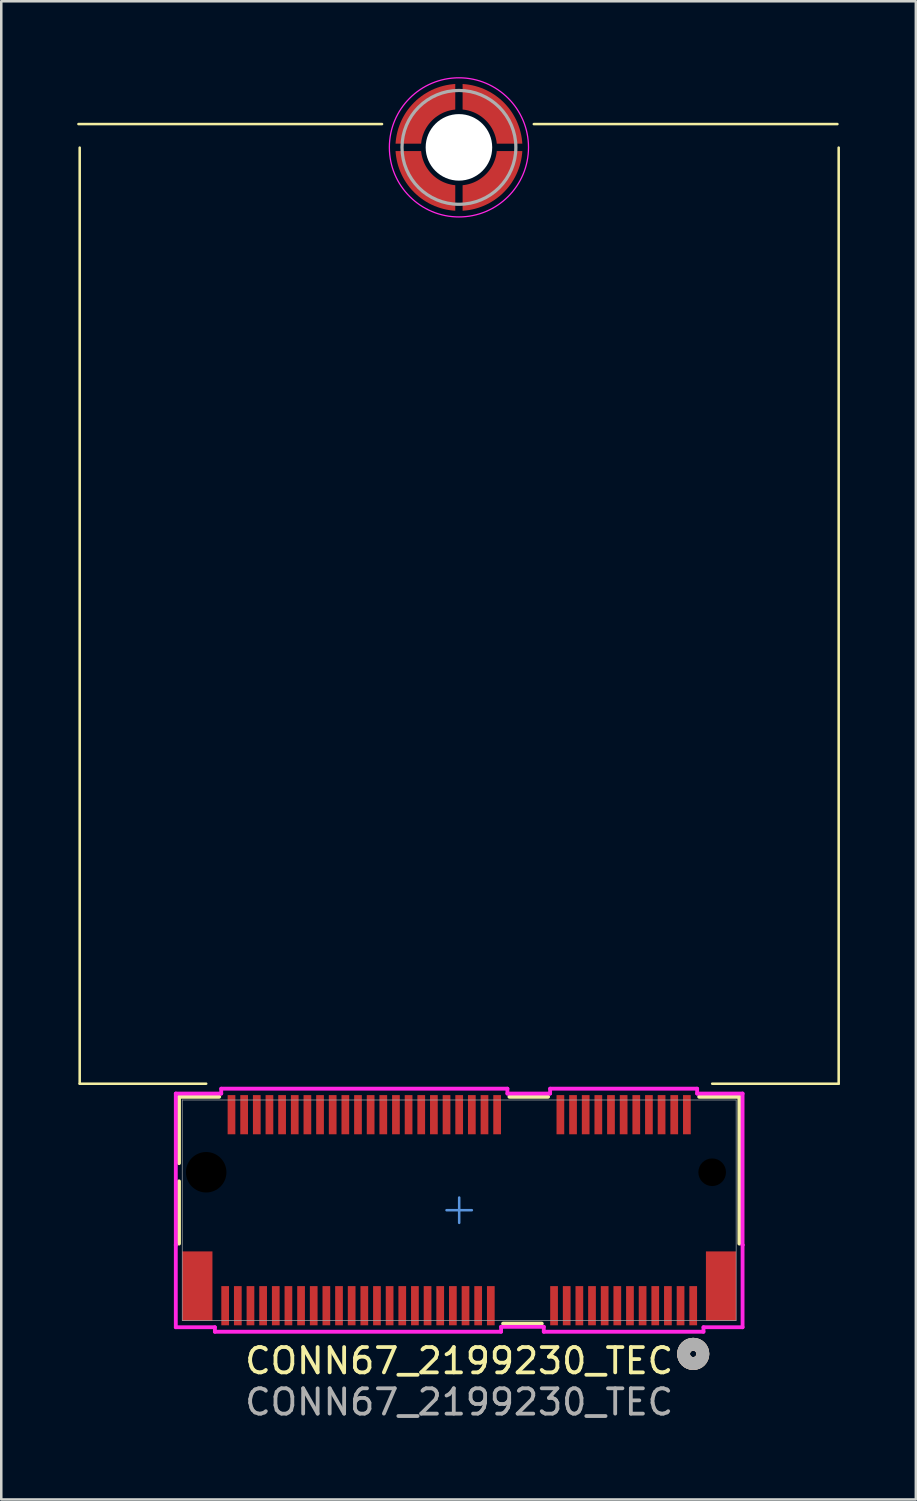
<source format=kicad_pcb>
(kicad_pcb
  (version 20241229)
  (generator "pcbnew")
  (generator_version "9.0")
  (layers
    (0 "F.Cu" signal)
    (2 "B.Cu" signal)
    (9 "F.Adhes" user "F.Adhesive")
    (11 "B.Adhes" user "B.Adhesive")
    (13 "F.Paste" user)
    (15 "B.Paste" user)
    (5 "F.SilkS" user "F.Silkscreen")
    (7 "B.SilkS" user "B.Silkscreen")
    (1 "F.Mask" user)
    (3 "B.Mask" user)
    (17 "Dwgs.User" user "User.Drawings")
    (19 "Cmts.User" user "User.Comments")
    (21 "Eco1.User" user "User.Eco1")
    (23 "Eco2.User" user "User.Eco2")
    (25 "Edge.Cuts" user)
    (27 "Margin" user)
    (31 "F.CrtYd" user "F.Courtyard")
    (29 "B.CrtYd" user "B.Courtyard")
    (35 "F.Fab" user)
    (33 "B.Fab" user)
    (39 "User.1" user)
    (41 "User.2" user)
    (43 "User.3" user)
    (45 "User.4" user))
  (footprint "CONN67_2199230_TEC"
    (layer "F.Cu")
    (at 15.1 44.785)
    (property "Reference" "CONN67_2199230_TEC" (at 0 5.955 0) (unlocked yes) (layer "F.SilkS") (effects (font (size 1 1) (thickness 0.15))))
    (attr smd)
    (fp_poly (pts (xy -1.41 -42.06) (xy -2.61 -42.06) (xy -2.604 -42.182) (xy -2.592 -42.315) (xy -2.573 -42.447) (xy -2.546 -42.578) (xy -2.514 -42.707) (xy -2.474 -42.835) (xy -2.429 -42.96) (xy -2.376 -43.083) (xy -2.318 -43.203) (xy -2.254 -43.32) (xy -2.183 -43.433) (xy -2.107 -43.543) (xy -2.026 -43.649) (xy -1.939 -43.75) (xy -1.847 -43.847) (xy -1.75 -43.939) (xy -1.649 -44.026) (xy -1.543 -44.107) (xy -1.433 -44.183) (xy -1.32 -44.254) (xy -1.203 -44.318) (xy -1.083 -44.376) (xy -0.96 -44.429) (xy -0.835 -44.474) (xy -0.707 -44.514) (xy -0.578 -44.546) (xy -0.447 -44.573) (xy -0.315 -44.592) (xy -0.182 -44.604) (xy -0.06 -44.61) (xy -0.06 -43.41) (xy -0.124 -43.406) (xy -0.194 -43.398) (xy -0.263 -43.387) (xy -0.332 -43.372) (xy -0.4 -43.354) (xy -0.467 -43.333) (xy -0.533 -43.308) (xy -0.598 -43.28) (xy -0.661 -43.249) (xy -0.722 -43.214) (xy -0.782 -43.177) (xy -0.839 -43.137) (xy -0.895 -43.094) (xy -0.948 -43.048) (xy -0.999 -42.999) (xy -1.048 -42.948) (xy -1.094 -42.895) (xy -1.137 -42.839) (xy -1.177 -42.782) (xy -1.214 -42.722) (xy -1.249 -42.661) (xy -1.28 -42.598) (xy -1.308 -42.533) (xy -1.333 -42.467) (xy -1.354 -42.4) (xy -1.372 -42.332) (xy -1.387 -42.263) (xy -1.398 -42.194) (xy -1.406 -42.124) (xy -1.41 -42.06)) (stroke (width 0.01) (type solid)) (fill yes) (layer "F.Mask"))
    (fp_poly (pts (xy -0.06 -40.61) (xy -0.06 -39.41) (xy -0.182 -39.416) (xy -0.315 -39.428) (xy -0.447 -39.447) (xy -0.578 -39.474) (xy -0.707 -39.506) (xy -0.835 -39.546) (xy -0.96 -39.591) (xy -1.083 -39.644) (xy -1.203 -39.702) (xy -1.32 -39.766) (xy -1.433 -39.837) (xy -1.543 -39.913) (xy -1.649 -39.994) (xy -1.75 -40.081) (xy -1.847 -40.173) (xy -1.939 -40.27) (xy -2.026 -40.371) (xy -2.107 -40.477) (xy -2.183 -40.587) (xy -2.254 -40.7) (xy -2.318 -40.817) (xy -2.376 -40.937) (xy -2.429 -41.06) (xy -2.474 -41.185) (xy -2.514 -41.313) (xy -2.546 -41.442) (xy -2.573 -41.573) (xy -2.592 -41.705) (xy -2.604 -41.838) (xy -2.61 -41.96) (xy -1.41 -41.96) (xy -1.406 -41.896) (xy -1.398 -41.826) (xy -1.387 -41.757) (xy -1.372 -41.688) (xy -1.354 -41.62) (xy -1.333 -41.553) (xy -1.308 -41.487) (xy -1.28 -41.422) (xy -1.249 -41.359) (xy -1.214 -41.298) (xy -1.177 -41.238) (xy -1.137 -41.181) (xy -1.094 -41.125) (xy -1.048 -41.072) (xy -0.999 -41.021) (xy -0.948 -40.972) (xy -0.895 -40.926) (xy -0.839 -40.883) (xy -0.782 -40.843) (xy -0.722 -40.806) (xy -0.661 -40.771) (xy -0.598 -40.74) (xy -0.533 -40.712) (xy -0.467 -40.687) (xy -0.4 -40.666) (xy -0.332 -40.648) (xy -0.263 -40.633) (xy -0.194 -40.622) (xy -0.124 -40.614) (xy -0.06 -40.61)) (stroke (width 0.01) (type solid)) (fill yes) (layer "F.Mask"))
    (fp_poly (pts (xy 0.04 -43.41) (xy 0.04 -44.61) (xy 0.162 -44.604) (xy 0.295 -44.592) (xy 0.427 -44.573) (xy 0.558 -44.546) (xy 0.687 -44.514) (xy 0.815 -44.474) (xy 0.94 -44.429) (xy 1.063 -44.376) (xy 1.183 -44.318) (xy 1.3 -44.254) (xy 1.413 -44.183) (xy 1.523 -44.107) (xy 1.629 -44.026) (xy 1.73 -43.939) (xy 1.827 -43.847) (xy 1.919 -43.75) (xy 2.006 -43.649) (xy 2.087 -43.543) (xy 2.163 -43.433) (xy 2.234 -43.32) (xy 2.298 -43.203) (xy 2.356 -43.083) (xy 2.409 -42.96) (xy 2.454 -42.835) (xy 2.494 -42.707) (xy 2.526 -42.578) (xy 2.553 -42.447) (xy 2.572 -42.315) (xy 2.584 -42.182) (xy 2.59 -42.06) (xy 1.39 -42.06) (xy 1.386 -42.124) (xy 1.378 -42.194) (xy 1.367 -42.263) (xy 1.352 -42.332) (xy 1.334 -42.4) (xy 1.313 -42.467) (xy 1.288 -42.533) (xy 1.26 -42.598) (xy 1.229 -42.661) (xy 1.194 -42.722) (xy 1.157 -42.782) (xy 1.117 -42.839) (xy 1.074 -42.895) (xy 1.028 -42.948) (xy 0.979 -42.999) (xy 0.928 -43.048) (xy 0.875 -43.094) (xy 0.819 -43.137) (xy 0.762 -43.177) (xy 0.702 -43.214) (xy 0.641 -43.249) (xy 0.578 -43.28) (xy 0.513 -43.308) (xy 0.447 -43.333) (xy 0.38 -43.354) (xy 0.312 -43.372) (xy 0.243 -43.387) (xy 0.174 -43.398) (xy 0.104 -43.406) (xy 0.04 -43.41)) (stroke (width 0.01) (type solid)) (fill yes) (layer "F.Mask"))
    (fp_poly (pts (xy 1.39 -41.96) (xy 2.59 -41.96) (xy 2.584 -41.838) (xy 2.572 -41.705) (xy 2.553 -41.573) (xy 2.526 -41.442) (xy 2.494 -41.313) (xy 2.454 -41.185) (xy 2.409 -41.06) (xy 2.356 -40.937) (xy 2.298 -40.817) (xy 2.234 -40.7) (xy 2.163 -40.587) (xy 2.087 -40.477) (xy 2.006 -40.371) (xy 1.919 -40.27) (xy 1.827 -40.173) (xy 1.73 -40.081) (xy 1.629 -39.994) (xy 1.523 -39.913) (xy 1.413 -39.837) (xy 1.3 -39.766) (xy 1.183 -39.702) (xy 1.063 -39.644) (xy 0.94 -39.591) (xy 0.815 -39.546) (xy 0.687 -39.506) (xy 0.558 -39.474) (xy 0.427 -39.447) (xy 0.295 -39.428) (xy 0.162 -39.416) (xy 0.04 -39.41) (xy 0.04 -40.61) (xy 0.104 -40.614) (xy 0.174 -40.622) (xy 0.243 -40.633) (xy 0.312 -40.648) (xy 0.38 -40.666) (xy 0.447 -40.687) (xy 0.513 -40.712) (xy 0.578 -40.74) (xy 0.641 -40.771) (xy 0.702 -40.806) (xy 0.762 -40.843) (xy 0.819 -40.883) (xy 0.875 -40.926) (xy 0.928 -40.972) (xy 0.979 -41.021) (xy 1.028 -41.072) (xy 1.074 -41.125) (xy 1.117 -41.181) (xy 1.157 -41.238) (xy 1.194 -41.298) (xy 1.229 -41.359) (xy 1.26 -41.422) (xy 1.288 -41.487) (xy 1.313 -41.553) (xy 1.334 -41.62) (xy 1.352 -41.688) (xy 1.367 -41.757) (xy 1.378 -41.826) (xy 1.386 -41.896) (xy 1.39 -41.96)) (stroke (width 0.01) (type solid)) (fill yes) (layer "F.Mask"))
    (fp_line (start -15.05 -42.931) (end -3.05 -42.931) (stroke (width 0.1) (type default)) (layer "F.SilkS"))
    (fp_line (start -15 -5) (end -15 -42) (stroke (width 0.1) (type default)) (layer "F.SilkS"))
    (fp_line (start -11.074 -4.483) (end -11.074 -1.859) (stroke (width 0.152) (type solid)) (layer "F.SilkS"))
    (fp_line (start -11.074 -1.141) (end -11.074 1.321) (stroke (width 0.152) (type solid)) (layer "F.SilkS"))
    (fp_line (start -10 -5) (end -15 -5) (stroke (width 0.1) (type default)) (layer "F.SilkS"))
    (fp_line (start -9.485 -4.483) (end -11.074 -4.483) (stroke (width 0.152) (type solid)) (layer "F.SilkS"))
    (fp_line (start 1.735 4.483) (end 3.265 4.483) (stroke (width 0.152) (type solid)) (layer "F.SilkS"))
    (fp_line (start 2.95 -42.93) (end 14.95 -42.93) (stroke (width 0.1) (type default)) (layer "F.SilkS"))
    (fp_line (start 3.515 -4.483) (end 1.985 -4.483) (stroke (width 0.152) (type solid)) (layer "F.SilkS"))
    (fp_line (start 10 -5) (end 15 -5) (stroke (width 0.1) (type default)) (layer "F.SilkS"))
    (fp_line (start 11.074 -4.483) (end 9.485 -4.483) (stroke (width 0.152) (type solid)) (layer "F.SilkS"))
    (fp_line (start 11.074 1.321) (end 11.074 -4.483) (stroke (width 0.152) (type solid)) (layer "F.SilkS"))
    (fp_line (start 15 -5) (end 15 -42) (stroke (width 0.1) (type default)) (layer "F.SilkS"))
    (fp_circle (center 9.25 5.68) (end 8.869 5.68) (stroke (width 0.508) (type solid)) (fill no) (layer "F.SilkS"))
    (fp_circle (center 9.25 5.68) (end 8.869 5.68) (stroke (width 0.508) (type solid)) (fill no) (layer "B.SilkS"))
    (fp_poly (pts (xy -1.51 -42.16) (xy -2.51 -42.16) (xy -2.502 -42.26) (xy -2.486 -42.382) (xy -2.465 -42.503) (xy -2.438 -42.622) (xy -2.405 -42.74) (xy -2.366 -42.856) (xy -2.322 -42.971) (xy -2.272 -43.083) (xy -2.217 -43.192) (xy -2.156 -43.299) (xy -2.091 -43.402) (xy -2.02 -43.502) (xy -1.945 -43.599) (xy -1.865 -43.691) (xy -1.78 -43.78) (xy -1.691 -43.865) (xy -1.599 -43.945) (xy -1.502 -44.02) (xy -1.402 -44.091) (xy -1.299 -44.156) (xy -1.192 -44.217) (xy -1.083 -44.272) (xy -0.971 -44.322) (xy -0.856 -44.366) (xy -0.74 -44.405) (xy -0.622 -44.438) (xy -0.503 -44.465) (xy -0.382 -44.486) (xy -0.26 -44.502) (xy -0.16 -44.51) (xy -0.16 -43.51) (xy -0.216 -43.503) (xy -0.285 -43.493) (xy -0.354 -43.478) (xy -0.421 -43.461) (xy -0.488 -43.441) (xy -0.554 -43.417) (xy -0.619 -43.391) (xy -0.682 -43.361) (xy -0.744 -43.329) (xy -0.804 -43.293) (xy -0.863 -43.255) (xy -0.919 -43.215) (xy -0.974 -43.171) (xy -1.027 -43.126) (xy -1.077 -43.077) (xy -1.126 -43.027) (xy -1.171 -42.974) (xy -1.215 -42.919) (xy -1.255 -42.863) (xy -1.293 -42.804) (xy -1.329 -42.744) (xy -1.361 -42.682) (xy -1.391 -42.619) (xy -1.417 -42.554) (xy -1.441 -42.488) (xy -1.461 -42.421) (xy -1.478 -42.354) (xy -1.493 -42.285) (xy -1.503 -42.216) (xy -1.51 -42.16)) (stroke (width 0.01) (type solid)) (fill yes) (layer "F.Paste"))
    (fp_poly (pts (xy -0.16 -40.51) (xy -0.16 -39.51) (xy -0.26 -39.518) (xy -0.382 -39.534) (xy -0.503 -39.555) (xy -0.622 -39.582) (xy -0.74 -39.615) (xy -0.856 -39.654) (xy -0.971 -39.698) (xy -1.083 -39.748) (xy -1.192 -39.803) (xy -1.299 -39.864) (xy -1.402 -39.929) (xy -1.502 -40) (xy -1.599 -40.075) (xy -1.691 -40.155) (xy -1.78 -40.24) (xy -1.865 -40.329) (xy -1.945 -40.421) (xy -2.02 -40.518) (xy -2.091 -40.618) (xy -2.156 -40.721) (xy -2.217 -40.828) (xy -2.272 -40.937) (xy -2.322 -41.049) (xy -2.366 -41.164) (xy -2.405 -41.28) (xy -2.438 -41.398) (xy -2.465 -41.517) (xy -2.486 -41.638) (xy -2.502 -41.76) (xy -2.51 -41.86) (xy -1.51 -41.86) (xy -1.503 -41.804) (xy -1.493 -41.735) (xy -1.478 -41.666) (xy -1.461 -41.599) (xy -1.441 -41.532) (xy -1.417 -41.466) (xy -1.391 -41.401) (xy -1.361 -41.338) (xy -1.329 -41.276) (xy -1.293 -41.216) (xy -1.255 -41.157) (xy -1.215 -41.101) (xy -1.171 -41.046) (xy -1.126 -40.993) (xy -1.077 -40.943) (xy -1.027 -40.894) (xy -0.974 -40.849) (xy -0.919 -40.805) (xy -0.863 -40.765) (xy -0.804 -40.727) (xy -0.744 -40.691) (xy -0.682 -40.659) (xy -0.619 -40.629) (xy -0.554 -40.603) (xy -0.488 -40.579) (xy -0.421 -40.559) (xy -0.354 -40.542) (xy -0.285 -40.527) (xy -0.216 -40.517) (xy -0.16 -40.51)) (stroke (width 0.01) (type solid)) (fill yes) (layer "F.Paste"))
    (fp_poly (pts (xy 0.14 -43.51) (xy 0.14 -44.51) (xy 0.282 -44.497) (xy 0.402 -44.48) (xy 0.521 -44.457) (xy 0.639 -44.428) (xy 0.755 -44.394) (xy 0.869 -44.354) (xy 0.982 -44.309) (xy 1.091 -44.258) (xy 1.199 -44.202) (xy 1.303 -44.141) (xy 1.405 -44.075) (xy 1.503 -44.004) (xy 1.598 -43.929) (xy 1.689 -43.849) (xy 1.776 -43.765) (xy 1.858 -43.676) (xy 1.937 -43.584) (xy 2.011 -43.488) (xy 2.08 -43.389) (xy 2.144 -43.286) (xy 2.203 -43.18) (xy 2.257 -43.072) (xy 2.306 -42.961) (xy 2.349 -42.848) (xy 2.387 -42.733) (xy 2.419 -42.616) (xy 2.446 -42.498) (xy 2.467 -42.379) (xy 2.482 -42.259) (xy 2.49 -42.16) (xy 1.49 -42.16) (xy 1.484 -42.216) (xy 1.473 -42.284) (xy 1.459 -42.351) (xy 1.442 -42.418) (xy 1.422 -42.484) (xy 1.399 -42.549) (xy 1.373 -42.613) (xy 1.344 -42.676) (xy 1.313 -42.737) (xy 1.278 -42.797) (xy 1.241 -42.855) (xy 1.201 -42.911) (xy 1.159 -42.965) (xy 1.114 -43.018) (xy 1.067 -43.068) (xy 1.017 -43.116) (xy 0.965 -43.162) (xy 0.912 -43.205) (xy 0.856 -43.246) (xy 0.799 -43.284) (xy 0.74 -43.32) (xy 0.679 -43.353) (xy 0.617 -43.383) (xy 0.553 -43.41) (xy 0.489 -43.434) (xy 0.423 -43.455) (xy 0.357 -43.473) (xy 0.289 -43.488) (xy 0.221 -43.5) (xy 0.14 -43.51)) (stroke (width 0.01) (type solid)) (fill yes) (layer "F.Paste"))
    (fp_poly (pts (xy 1.49 -41.86) (xy 2.49 -41.86) (xy 2.482 -41.761) (xy 2.467 -41.641) (xy 2.446 -41.522) (xy 2.419 -41.404) (xy 2.387 -41.287) (xy 2.349 -41.172) (xy 2.306 -41.059) (xy 2.257 -40.948) (xy 2.203 -40.84) (xy 2.144 -40.734) (xy 2.08 -40.631) (xy 2.011 -40.532) (xy 1.937 -40.436) (xy 1.858 -40.344) (xy 1.776 -40.255) (xy 1.689 -40.171) (xy 1.598 -40.091) (xy 1.503 -40.016) (xy 1.405 -39.945) (xy 1.303 -39.879) (xy 1.199 -39.818) (xy 1.091 -39.762) (xy 0.982 -39.711) (xy 0.869 -39.666) (xy 0.755 -39.626) (xy 0.639 -39.592) (xy 0.521 -39.563) (xy 0.402 -39.54) (xy 0.282 -39.523) (xy 0.14 -39.51) (xy 0.14 -40.51) (xy 0.221 -40.52) (xy 0.289 -40.532) (xy 0.357 -40.547) (xy 0.423 -40.565) (xy 0.489 -40.586) (xy 0.553 -40.61) (xy 0.617 -40.637) (xy 0.679 -40.667) (xy 0.74 -40.7) (xy 0.799 -40.736) (xy 0.856 -40.774) (xy 0.912 -40.815) (xy 0.965 -40.858) (xy 1.017 -40.904) (xy 1.067 -40.952) (xy 1.114 -41.002) (xy 1.159 -41.055) (xy 1.201 -41.109) (xy 1.241 -41.165) (xy 1.278 -41.223) (xy 1.313 -41.283) (xy 1.344 -41.344) (xy 1.373 -41.407) (xy 1.399 -41.471) (xy 1.422 -41.536) (xy 1.442 -41.602) (xy 1.459 -41.669) (xy 1.473 -41.736) (xy 1.484 -41.804) (xy 1.49 -41.86)) (stroke (width 0.01) (type solid)) (fill yes) (layer "F.Paste"))
    (fp_line (start 0 0) (end -0.5 0) (stroke (width 0.1) (type default)) (layer "Cmts.User"))
    (fp_line (start 0 0) (end 0 -0.5) (stroke (width 0.1) (type default)) (layer "Cmts.User"))
    (fp_line (start 0 0) (end 0 0.5) (stroke (width 0.1) (type default)) (layer "Cmts.User"))
    (fp_line (start 0 0) (end 0.5 0) (stroke (width 0.1) (type default)) (layer "Cmts.User"))
    (fp_line (start -11.201 -4.61) (end -11.201 1.375) (stroke (width 0.152) (type solid)) (layer "F.CrtYd"))
    (fp_line (start -11.201 1.375) (end -11.201 1.375) (stroke (width 0.152) (type solid)) (layer "F.CrtYd"))
    (fp_line (start -11.201 1.375) (end -11.201 4.626) (stroke (width 0.152) (type solid)) (layer "F.CrtYd"))
    (fp_line (start -11.201 4.626) (end -9.656 4.626) (stroke (width 0.152) (type solid)) (layer "F.CrtYd"))
    (fp_line (start -9.656 4.626) (end -9.656 4.804) (stroke (width 0.152) (type solid)) (layer "F.CrtYd"))
    (fp_line (start -9.656 4.804) (end 1.656 4.804) (stroke (width 0.152) (type solid)) (layer "F.CrtYd"))
    (fp_line (start -9.406 -4.803) (end -9.406 -4.61) (stroke (width 0.152) (type solid)) (layer "F.CrtYd"))
    (fp_line (start -9.406 -4.61) (end -11.201 -4.61) (stroke (width 0.152) (type solid)) (layer "F.CrtYd"))
    (fp_line (start 1.656 4.61) (end 3.344 4.61) (stroke (width 0.152) (type solid)) (layer "F.CrtYd"))
    (fp_line (start 1.656 4.804) (end 1.656 4.61) (stroke (width 0.152) (type solid)) (layer "F.CrtYd"))
    (fp_line (start 1.906 -4.803) (end -9.406 -4.803) (stroke (width 0.152) (type solid)) (layer "F.CrtYd"))
    (fp_line (start 1.906 -4.61) (end 1.906 -4.803) (stroke (width 0.152) (type solid)) (layer "F.CrtYd"))
    (fp_line (start 3.344 4.61) (end 3.344 4.804) (stroke (width 0.152) (type solid)) (layer "F.CrtYd"))
    (fp_line (start 3.344 4.804) (end 9.656 4.804) (stroke (width 0.152) (type solid)) (layer "F.CrtYd"))
    (fp_line (start 3.594 -4.803) (end 3.594 -4.61) (stroke (width 0.152) (type solid)) (layer "F.CrtYd"))
    (fp_line (start 3.594 -4.61) (end 1.906 -4.61) (stroke (width 0.152) (type solid)) (layer "F.CrtYd"))
    (fp_line (start 9.406 -4.803) (end 3.594 -4.803) (stroke (width 0.152) (type solid)) (layer "F.CrtYd"))
    (fp_line (start 9.406 -4.61) (end 9.406 -4.803) (stroke (width 0.152) (type solid)) (layer "F.CrtYd"))
    (fp_line (start 9.656 4.626) (end 11.201 4.626) (stroke (width 0.152) (type solid)) (layer "F.CrtYd"))
    (fp_line (start 9.656 4.804) (end 9.656 4.626) (stroke (width 0.152) (type solid)) (layer "F.CrtYd"))
    (fp_line (start 11.201 1.375) (end 11.201 1.375) (stroke (width 0.152) (type solid)) (layer "F.CrtYd"))
    (fp_line (start 11.201 4.626) (end 11.201 1.375) (stroke (width 0.152) (type solid)) (layer "F.CrtYd"))
    (fp_line (start 11.201 -4.61) (end 9.406 -4.61) (stroke (width 0.152) (type solid)) (layer "F.CrtYd"))
    (fp_line (start 11.201 1.375) (end 11.201 -4.61) (stroke (width 0.152) (type solid)) (layer "F.CrtYd"))
    (fp_circle (center -0.01 -42.01) (end -2.76 -42.01) (stroke (width 0.05) (type solid)) (fill no) (layer "F.CrtYd"))
    (fp_line (start -10.947 -4.356) (end -10.947 4.356) (stroke (width 0.025) (type solid)) (layer "F.Fab"))
    (fp_line (start -10.947 4.356) (end 10.947 4.356) (stroke (width 0.025) (type solid)) (layer "F.Fab"))
    (fp_line (start 10.947 -4.356) (end -10.947 -4.356) (stroke (width 0.025) (type solid)) (layer "F.Fab"))
    (fp_line (start 10.947 4.356) (end 10.947 -4.356) (stroke (width 0.025) (type solid)) (layer "F.Fab"))
    (fp_circle (center -0.01 -42.01) (end -2.26 -42.01) (stroke (width 0.127) (type solid)) (fill no) (layer "F.Fab"))
    (fp_circle (center 9.25 5.68) (end 8.869 5.68) (stroke (width 0.508) (type solid)) (fill no) (layer "F.Fab"))
    (fp_text user "${REFERENCE}" (at 0 7.585 0) (unlocked yes) (layer "F.Fab") (effects (font (size 1 1) (thickness 0.15))))
    (pad "" np_thru_hole circle (at -10 -1.5 180) (size 1.6 1.6) (drill 1.6) (layers))
    (pad "" np_thru_hole circle (at -0.01 -42.01) (size 2.63 2.63) (drill 2.63) (layers "*.Cu" "*.Mask"))
    (pad "" np_thru_hole circle (at 10 -1.5 180) (size 1.092 1.092) (drill 1.092) (layers))
    (pad "1" smd rect (at 9.25 3.775 180) (size 0.305 1.549) (layers "F.Cu" "F.Mask" "F.Paste"))
    (pad "2" smd rect (at 9 -3.775 180) (size 0.305 1.549) (layers "F.Cu" "F.Mask" "F.Paste"))
    (pad "3" smd rect (at 8.75 3.775 180) (size 0.305 1.549) (layers "F.Cu" "F.Mask" "F.Paste"))
    (pad "4" smd rect (at 8.5 -3.775 180) (size 0.305 1.549) (layers "F.Cu" "F.Mask" "F.Paste"))
    (pad "5" smd rect (at 8.25 3.775 180) (size 0.305 1.549) (layers "F.Cu" "F.Mask" "F.Paste"))
    (pad "6" smd rect (at 8 -3.775 180) (size 0.305 1.549) (layers "F.Cu" "F.Mask" "F.Paste"))
    (pad "7" smd rect (at 7.75 3.775 180) (size 0.305 1.549) (layers "F.Cu" "F.Mask" "F.Paste"))
    (pad "8" smd rect (at 7.5 -3.775 180) (size 0.305 1.549) (layers "F.Cu" "F.Mask" "F.Paste"))
    (pad "9" smd rect (at 7.25 3.775 180) (size 0.305 1.549) (layers "F.Cu" "F.Mask" "F.Paste"))
    (pad "10" smd rect (at 7 -3.775 180) (size 0.305 1.549) (layers "F.Cu" "F.Mask" "F.Paste"))
    (pad "11" smd rect (at 6.75 3.775 180) (size 0.305 1.549) (layers "F.Cu" "F.Mask" "F.Paste"))
    (pad "12" smd rect (at 6.5 -3.775 180) (size 0.305 1.549) (layers "F.Cu" "F.Mask" "F.Paste"))
    (pad "13" smd rect (at 6.25 3.775 180) (size 0.305 1.549) (layers "F.Cu" "F.Mask" "F.Paste"))
    (pad "14" smd rect (at 6 -3.775 180) (size 0.305 1.549) (layers "F.Cu" "F.Mask" "F.Paste"))
    (pad "15" smd rect (at 5.75 3.775 180) (size 0.305 1.549) (layers "F.Cu" "F.Mask" "F.Paste"))
    (pad "16" smd rect (at 5.5 -3.775 180) (size 0.305 1.549) (layers "F.Cu" "F.Mask" "F.Paste"))
    (pad "17" smd rect (at 5.25 3.775 180) (size 0.305 1.549) (layers "F.Cu" "F.Mask" "F.Paste"))
    (pad "18" smd rect (at 5 -3.775 180) (size 0.305 1.549) (layers "F.Cu" "F.Mask" "F.Paste"))
    (pad "19" smd rect (at 4.75 3.775 180) (size 0.305 1.549) (layers "F.Cu" "F.Mask" "F.Paste"))
    (pad "20" smd rect (at 4.5 -3.775 180) (size 0.305 1.549) (layers "F.Cu" "F.Mask" "F.Paste"))
    (pad "21" smd rect (at 4.25 3.775 180) (size 0.305 1.549) (layers "F.Cu" "F.Mask" "F.Paste"))
    (pad "22" smd rect (at 4 -3.775 180) (size 0.305 1.549) (layers "F.Cu" "F.Mask" "F.Paste"))
    (pad "23" smd rect (at 3.75 3.775 180) (size 0.305 1.549) (layers "F.Cu" "F.Mask" "F.Paste"))
    (pad "32" smd rect (at 1.5 -3.775 180) (size 0.305 1.549) (layers "F.Cu" "F.Mask" "F.Paste"))
    (pad "33" smd rect (at 1.25 3.775 180) (size 0.305 1.549) (layers "F.Cu" "F.Mask" "F.Paste"))
    (pad "34" smd rect (at 1 -3.775 180) (size 0.305 1.549) (layers "F.Cu" "F.Mask" "F.Paste"))
    (pad "35" smd rect (at 0.75 3.775 180) (size 0.305 1.549) (layers "F.Cu" "F.Mask" "F.Paste"))
    (pad "36" smd rect (at 0.5 -3.775 180) (size 0.305 1.549) (layers "F.Cu" "F.Mask" "F.Paste"))
    (pad "37" smd rect (at 0.25 3.775 180) (size 0.305 1.549) (layers "F.Cu" "F.Mask" "F.Paste"))
    (pad "38" smd rect (at -0.000001 -3.775 180) (size 0.305 1.549) (layers "F.Cu" "F.Mask" "F.Paste"))
    (pad "39" smd rect (at -0.25 3.775 180) (size 0.305 1.549) (layers "F.Cu" "F.Mask" "F.Paste"))
    (pad "40" smd rect (at -0.5 -3.775 180) (size 0.305 1.549) (layers "F.Cu" "F.Mask" "F.Paste"))
    (pad "41" smd rect (at -0.75 3.775 180) (size 0.305 1.549) (layers "F.Cu" "F.Mask" "F.Paste"))
    (pad "42" smd rect (at -1 -3.775 180) (size 0.305 1.549) (layers "F.Cu" "F.Mask" "F.Paste"))
    (pad "43" smd rect (at -1.25 3.775 180) (size 0.305 1.549) (layers "F.Cu" "F.Mask" "F.Paste"))
    (pad "44" smd rect (at -1.5 -3.775 180) (size 0.305 1.549) (layers "F.Cu" "F.Mask" "F.Paste"))
    (pad "45" smd rect (at -1.75 3.775 180) (size 0.305 1.549) (layers "F.Cu" "F.Mask" "F.Paste"))
    (pad "46" smd rect (at -2 -3.775 180) (size 0.305 1.549) (layers "F.Cu" "F.Mask" "F.Paste"))
    (pad "47" smd rect (at -2.25 3.775 180) (size 0.305 1.549) (layers "F.Cu" "F.Mask" "F.Paste"))
    (pad "48" smd rect (at -2.5 -3.775 180) (size 0.305 1.549) (layers "F.Cu" "F.Mask" "F.Paste"))
    (pad "49" smd rect (at -2.75 3.775 180) (size 0.305 1.549) (layers "F.Cu" "F.Mask" "F.Paste"))
    (pad "50" smd rect (at -3 -3.775 180) (size 0.305 1.549) (layers "F.Cu" "F.Mask" "F.Paste"))
    (pad "51" smd rect (at -3.25 3.775 180) (size 0.305 1.549) (layers "F.Cu" "F.Mask" "F.Paste"))
    (pad "52" smd rect (at -3.5 -3.775 180) (size 0.305 1.549) (layers "F.Cu" "F.Mask" "F.Paste"))
    (pad "53" smd rect (at -3.75 3.775 180) (size 0.305 1.549) (layers "F.Cu" "F.Mask" "F.Paste"))
    (pad "54" smd rect (at -4 -3.775 180) (size 0.305 1.549) (layers "F.Cu" "F.Mask" "F.Paste"))
    (pad "55" smd rect (at -4.25 3.775 180) (size 0.305 1.549) (layers "F.Cu" "F.Mask" "F.Paste"))
    (pad "56" smd rect (at -4.5 -3.775 180) (size 0.305 1.549) (layers "F.Cu" "F.Mask" "F.Paste"))
    (pad "57" smd rect (at -4.75 3.775 180) (size 0.305 1.549) (layers "F.Cu" "F.Mask" "F.Paste"))
    (pad "58" smd rect (at -5 -3.775 180) (size 0.305 1.549) (layers "F.Cu" "F.Mask" "F.Paste"))
    (pad "59" smd rect (at -5.25 3.775 180) (size 0.305 1.549) (layers "F.Cu" "F.Mask" "F.Paste"))
    (pad "60" smd rect (at -5.5 -3.775 180) (size 0.305 1.549) (layers "F.Cu" "F.Mask" "F.Paste"))
    (pad "61" smd rect (at -5.75 3.775 180) (size 0.305 1.549) (layers "F.Cu" "F.Mask" "F.Paste"))
    (pad "62" smd rect (at -6 -3.775 180) (size 0.305 1.549) (layers "F.Cu" "F.Mask" "F.Paste"))
    (pad "63" smd rect (at -6.25 3.775 180) (size 0.305 1.549) (layers "F.Cu" "F.Mask" "F.Paste"))
    (pad "64" smd rect (at -6.5 -3.775 180) (size 0.305 1.549) (layers "F.Cu" "F.Mask" "F.Paste"))
    (pad "65" smd rect (at -6.75 3.775 180) (size 0.305 1.549) (layers "F.Cu" "F.Mask" "F.Paste"))
    (pad "66" smd rect (at -7 -3.775 180) (size 0.305 1.549) (layers "F.Cu" "F.Mask" "F.Paste"))
    (pad "67" smd rect (at -7.25 3.775 180) (size 0.305 1.549) (layers "F.Cu" "F.Mask" "F.Paste"))
    (pad "68" smd rect (at -7.5 -3.775 180) (size 0.305 1.549) (layers "F.Cu" "F.Mask" "F.Paste"))
    (pad "69" smd rect (at -7.75 3.775 180) (size 0.305 1.549) (layers "F.Cu" "F.Mask" "F.Paste"))
    (pad "70" smd rect (at -8 -3.775 180) (size 0.305 1.549) (layers "F.Cu" "F.Mask" "F.Paste"))
    (pad "71" smd rect (at -8.25 3.775 180) (size 0.305 1.549) (layers "F.Cu" "F.Mask" "F.Paste"))
    (pad "72" smd rect (at -8.5 -3.775 180) (size 0.305 1.549) (layers "F.Cu" "F.Mask" "F.Paste"))
    (pad "73" smd rect (at -8.75 3.775 180) (size 0.305 1.549) (layers "F.Cu" "F.Mask" "F.Paste"))
    (pad "74" smd rect (at -9 -3.775 180) (size 0.305 1.549) (layers "F.Cu" "F.Mask" "F.Paste"))
    (pad "75" smd rect (at -9.25 3.775 180) (size 0.305 1.549) (layers "F.Cu" "F.Mask" "F.Paste"))
    (pad "76" smd custom (at -2.01 -41.01) (size 0.25 0.25) (layers "F.Cu") (options (anchor rect)) (primitives (gr_poly (pts (xy 1.85 0.5) (xy 1.85 1.5) (xy 1.75 1.492) (xy 1.628 1.476) (xy 1.507 1.455) (xy 1.388 1.428) (xy 1.27 1.395) (xy 1.154 1.356) (xy 1.039 1.312) (xy 0.927 1.262) (xy 0.818 1.207) (xy 0.711 1.146) (xy 0.608 1.081) (xy 0.508 1.01) (xy 0.411 0.935) (xy 0.319 0.855) (xy 0.23 0.77) (xy 0.145 0.681) (xy 0.065 0.589) (xy -0.01 0.492) (xy -0.081 0.392) (xy -0.146 0.289) (xy -0.207 0.182) (xy -0.262 0.073) (xy -0.312 -0.039) (xy -0.356 -0.154) (xy -0.395 -0.27) (xy -0.428 -0.388) (xy -0.455 -0.507) (xy -0.476 -0.628) (xy -0.492 -0.75) (xy -0.5 -0.85) (xy 0.5 -0.85) (xy 0.507 -0.794) (xy 0.517 -0.725) (xy 0.532 -0.656) (xy 0.549 -0.589) (xy 0.569 -0.522) (xy 0.593 -0.456) (xy 0.619 -0.391) (xy 0.649 -0.328) (xy 0.681 -0.266) (xy 0.717 -0.206) (xy 0.755 -0.147) (xy 0.795 -0.091) (xy 0.839 -0.036) (xy 0.884 0.017) (xy 0.933 0.067) (xy 0.983 0.116) (xy 1.036 0.161) (xy 1.091 0.205) (xy 1.147 0.245) (xy 1.206 0.283) (xy 1.266 0.319) (xy 1.328 0.351) (xy 1.391 0.381) (xy 1.456 0.407) (xy 1.522 0.431) (xy 1.589 0.451) (xy 1.656 0.468) (xy 1.725 0.483) (xy 1.794 0.493) (xy 1.85 0.5)) (width 0.01) (fill yes))))
    (pad "76" smd custom (at 1.99 -41.01) (size 0.25 0.25) (layers "F.Cu") (options (anchor rect)) (primitives (gr_poly (pts (xy -0.5 -0.85) (xy 0.5 -0.85) (xy 0.492 -0.751) (xy 0.477 -0.631) (xy 0.456 -0.512) (xy 0.429 -0.394) (xy 0.397 -0.277) (xy 0.359 -0.162) (xy 0.316 -0.049) (xy 0.267 0.062) (xy 0.213 0.17) (xy 0.154 0.276) (xy 0.09 0.379) (xy 0.021 0.478) (xy -0.053 0.574) (xy -0.132 0.666) (xy -0.214 0.755) (xy -0.301 0.839) (xy -0.392 0.919) (xy -0.487 0.994) (xy -0.585 1.065) (xy -0.687 1.131) (xy -0.791 1.192) (xy -0.899 1.248) (xy -1.008 1.299) (xy -1.121 1.344) (xy -1.235 1.384) (xy -1.351 1.418) (xy -1.469 1.447) (xy -1.588 1.47) (xy -1.708 1.487) (xy -1.85 1.5) (xy -1.85 0.5) (xy -1.769 0.49) (xy -1.701 0.478) (xy -1.633 0.463) (xy -1.567 0.445) (xy -1.501 0.424) (xy -1.437 0.4) (xy -1.373 0.373) (xy -1.311 0.343) (xy -1.25 0.31) (xy -1.191 0.274) (xy -1.134 0.236) (xy -1.078 0.195) (xy -1.025 0.152) (xy -0.973 0.106) (xy -0.923 0.058) (xy -0.876 0.008) (xy -0.831 -0.045) (xy -0.789 -0.099) (xy -0.749 -0.155) (xy -0.712 -0.213) (xy -0.677 -0.273) (xy -0.646 -0.334) (xy -0.617 -0.397) (xy -0.591 -0.461) (xy -0.568 -0.526) (xy -0.548 -0.592) (xy -0.531 -0.659) (xy -0.517 -0.726) (xy -0.506 -0.794) (xy -0.5 -0.85)) (width 0.01) (fill yes))))
    (pad "76" smd rect (at 10.35 3 180) (size 1.194 2.743) (layers "F.Cu" "F.Mask" "F.Paste"))
    (pad "77" smd rect (at -10.35 3 180) (size 1.194 2.743) (layers "F.Cu" "F.Mask" "F.Paste"))
    (pad "77" smd custom (at -1.01 -44.01) (size 0.25 0.25) (layers "F.Cu") (options (anchor rect)) (primitives (gr_poly (pts (xy -0.5 1.85) (xy -1.5 1.85) (xy -1.492 1.75) (xy -1.476 1.628) (xy -1.455 1.507) (xy -1.428 1.388) (xy -1.395 1.27) (xy -1.356 1.154) (xy -1.312 1.039) (xy -1.262 0.927) (xy -1.207 0.818) (xy -1.146 0.711) (xy -1.081 0.608) (xy -1.01 0.508) (xy -0.935 0.411) (xy -0.855 0.319) (xy -0.77 0.23) (xy -0.681 0.145) (xy -0.589 0.065) (xy -0.492 -0.01) (xy -0.392 -0.081) (xy -0.289 -0.146) (xy -0.182 -0.207) (xy -0.073 -0.262) (xy 0.039 -0.312) (xy 0.154 -0.356) (xy 0.27 -0.395) (xy 0.388 -0.428) (xy 0.507 -0.455) (xy 0.628 -0.476) (xy 0.75 -0.492) (xy 0.85 -0.5) (xy 0.85 0.5) (xy 0.794 0.507) (xy 0.725 0.517) (xy 0.656 0.532) (xy 0.589 0.549) (xy 0.522 0.569) (xy 0.456 0.593) (xy 0.391 0.619) (xy 0.328 0.649) (xy 0.266 0.681) (xy 0.206 0.717) (xy 0.147 0.755) (xy 0.091 0.795) (xy 0.036 0.839) (xy -0.017 0.884) (xy -0.067 0.933) (xy -0.116 0.983) (xy -0.161 1.036) (xy -0.205 1.091) (xy -0.245 1.147) (xy -0.283 1.206) (xy -0.319 1.266) (xy -0.351 1.328) (xy -0.381 1.391) (xy -0.407 1.456) (xy -0.431 1.522) (xy -0.451 1.589) (xy -0.468 1.656) (xy -0.483 1.725) (xy -0.493 1.794) (xy -0.5 1.85)) (width 0.01) (fill yes))))
    (pad "77" smd custom (at 1.99 -43.01) (size 0.25 0.25) (layers "F.Cu") (options (anchor rect)) (primitives (gr_poly (pts (xy -1.85 -0.5) (xy -1.85 -1.5) (xy -1.708 -1.487) (xy -1.588 -1.47) (xy -1.469 -1.447) (xy -1.351 -1.418) (xy -1.235 -1.384) (xy -1.121 -1.344) (xy -1.008 -1.299) (xy -0.899 -1.248) (xy -0.791 -1.192) (xy -0.687 -1.131) (xy -0.585 -1.065) (xy -0.487 -0.994) (xy -0.392 -0.919) (xy -0.301 -0.839) (xy -0.214 -0.755) (xy -0.132 -0.666) (xy -0.053 -0.574) (xy 0.021 -0.478) (xy 0.09 -0.379) (xy 0.154 -0.276) (xy 0.213 -0.17) (xy 0.267 -0.062) (xy 0.316 0.049) (xy 0.359 0.162) (xy 0.397 0.277) (xy 0.429 0.394) (xy 0.456 0.512) (xy 0.477 0.631) (xy 0.492 0.751) (xy 0.5 0.85) (xy -0.5 0.85) (xy -0.506 0.794) (xy -0.517 0.726) (xy -0.531 0.659) (xy -0.548 0.592) (xy -0.568 0.526) (xy -0.591 0.461) (xy -0.617 0.397) (xy -0.646 0.334) (xy -0.677 0.273) (xy -0.712 0.213) (xy -0.749 0.155) (xy -0.789 0.099) (xy -0.831 0.045) (xy -0.876 -0.008) (xy -0.923 -0.058) (xy -0.973 -0.106) (xy -1.025 -0.152) (xy -1.078 -0.195) (xy -1.134 -0.236) (xy -1.191 -0.274) (xy -1.25 -0.31) (xy -1.311 -0.343) (xy -1.373 -0.373) (xy -1.437 -0.4) (xy -1.501 -0.424) (xy -1.567 -0.445) (xy -1.633 -0.463) (xy -1.701 -0.478) (xy -1.769 -0.49) (xy -1.85 -0.5)) (width 0.01) (fill yes))))
    (zone (net_name "") (layer "F.Cu") (hatch edge 0.5) (connect_pads) (min_thickness 0.25) (filled_areas_thickness no) (keepout (tracks allowed) (vias allowed) (pads allowed) (copperpour allowed) (footprints not_allowed)) (placement (enabled no)) (fill) (polygon (pts (xy 30.05 39.845) (xy 0.05 39.855) (xy 0.05 1.854) (xy 30.05 1.855)))))
  (gr_rect
    (start -3 -3)
    (end 33.15 56.219)
    (stroke (width 0.1) (type default))
    (fill no)
    (layer "Edge.Cuts")))
</source>
